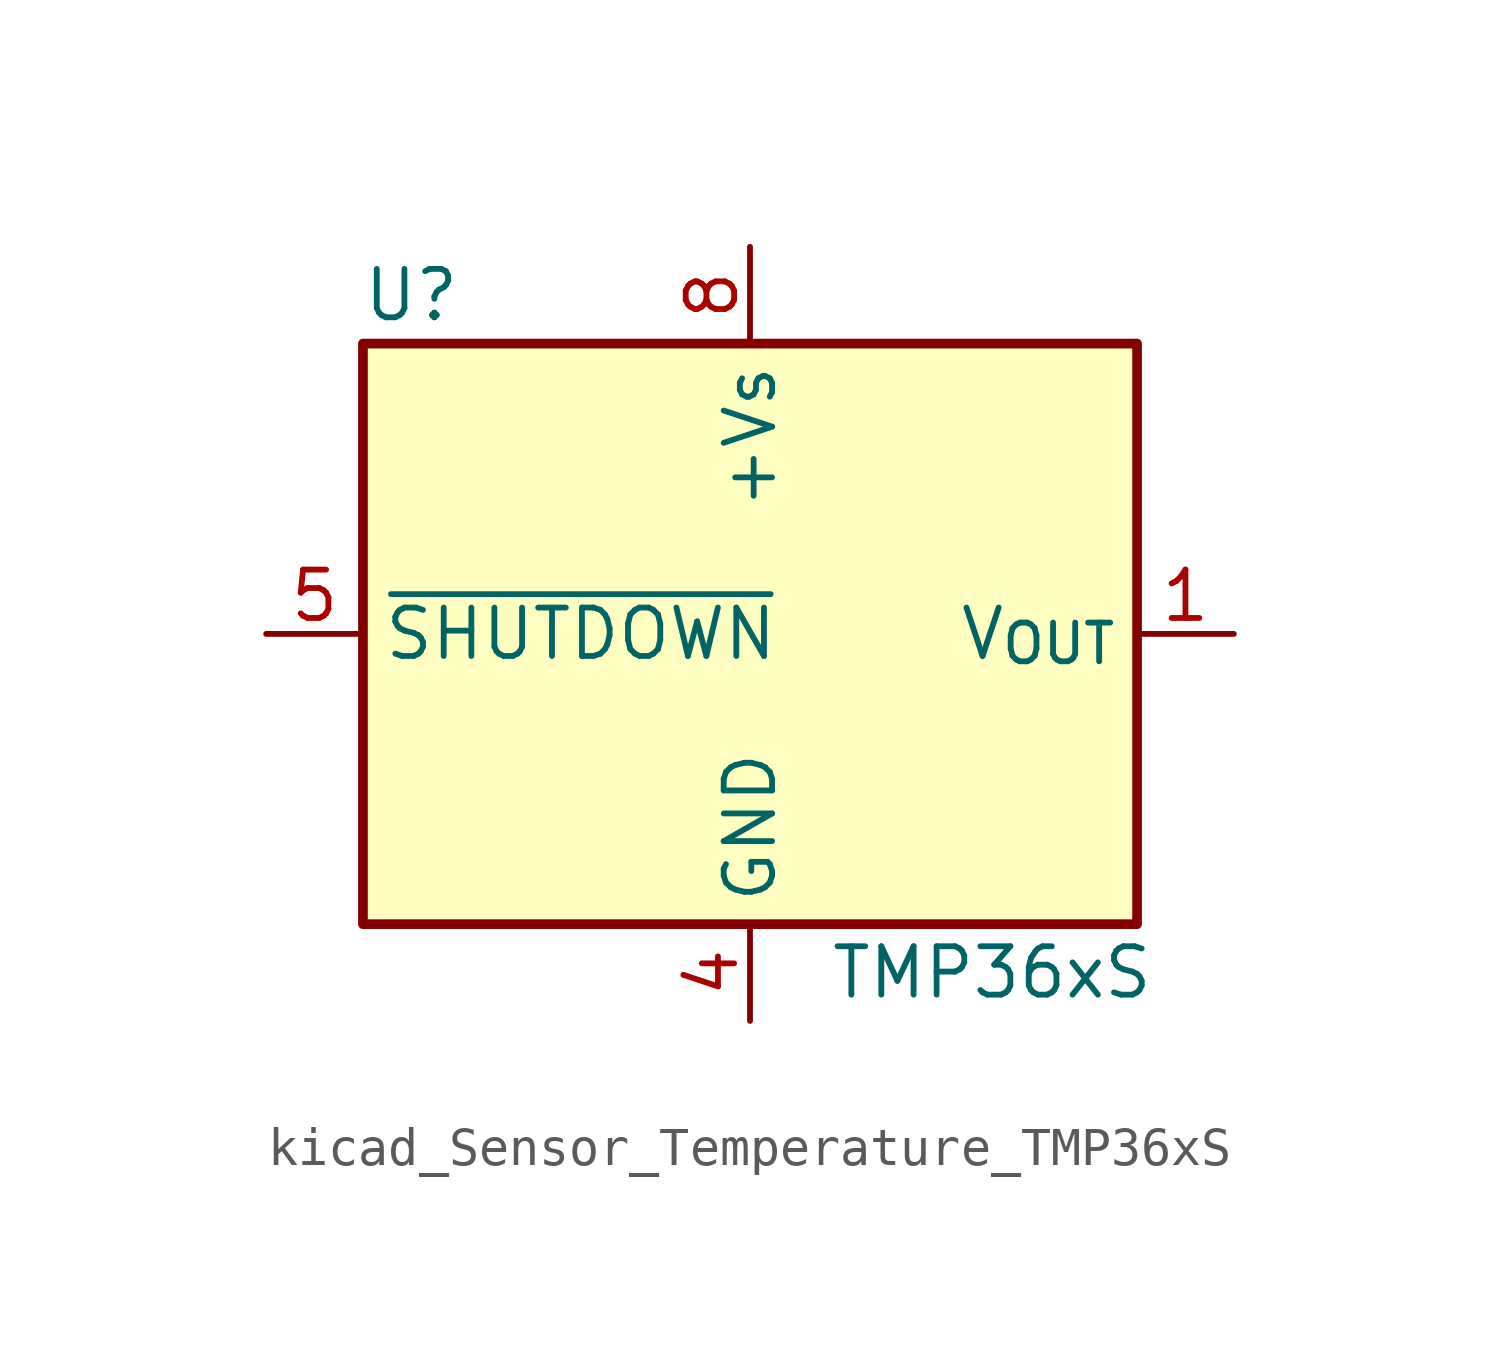
<source format=kicad_sym>
(kicad_symbol_lib
  (version 20220914)
  (generator kicad_symbol_editor)
  (symbol "kicad_Sensor_Temperature_TMP36xS"
    (property "Reference" "U"
      (at -8.89 8.89 0)
      (effects (font (size 1.27 1.27))))
    (property "Value" "TMP36xS"
      (at 6.35 -8.89 0)
      (effects (font (size 1.27 1.27))))
    (symbol "kicad_Sensor_Temperature_TMP36xS_0_1"
      (rectangle (start -10.16 7.62) (end 10.16 -7.62) (stroke (width 0.254) (type default)) (fill (type background))))
    (symbol "kicad_Sensor_Temperature_TMP36xS_1_1"
      (pin output line (at 12.7 0 180) (length 2.54) (name "V_{OUT}" (effects (font (size 1.27 1.27)))) (number "1" (effects (font (size 1.27 1.27)))))
      (pin power_in line (at 0 -10.16 90) (length 2.54) (name "GND" (effects (font (size 1.27 1.27)))) (number "4" (effects (font (size 1.27 1.27)))))
      (pin input line (at -12.7 0 0) (length 2.54) (name "~{SHUTDOWN}" (effects (font (size 1.27 1.27)))) (number "5" (effects (font (size 1.27 1.27)))))
      (pin power_in line (at 0 10.16 270) (length 2.54) (name "+Vs" (effects (font (size 1.27 1.27)))) (number "8" (effects (font (size 1.27 1.27))))))))
</source>
